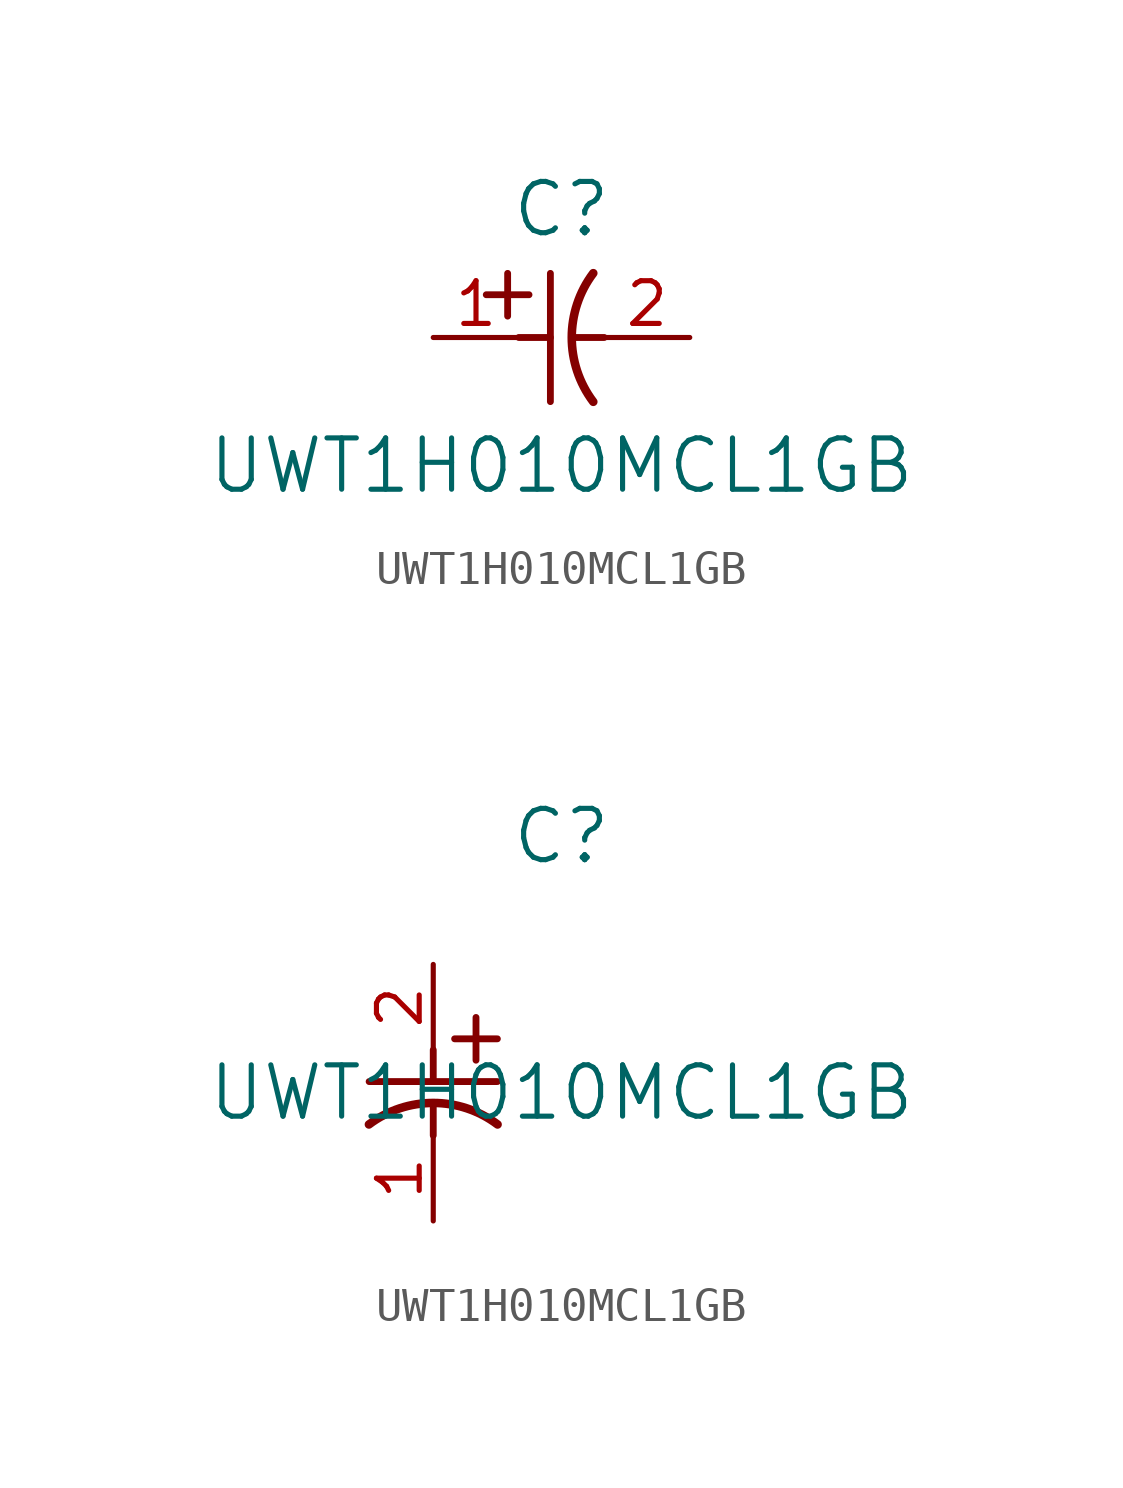
<source format=kicad_sym>
(kicad_symbol_lib
  (version 20211014)
  (generator kicad_symbol_editor)
  (symbol "UWT1H010MCL1GB"
    (pin_names
      (offset 0.254))
    (property "Reference" "C"
      (at 3.81 3.81 0)
      (effects (font (size 1.524 1.524))))
    (property "Value" "UWT1H010MCL1GB"
      (at 3.81 -3.81 0)
      (effects (font (size 1.524 1.524))))
    (symbol "UWT1H010MCL1GB_1_1"
      (polyline (pts (xy 2.21 0.635) (xy 2.21 1.905)) (stroke (width 0.203) (type default) (color 0 0 0 0)) (fill (type none)))
      (arc (start 4.754132 1.910763) (mid 4.1148 0) (end 4.754132 -1.910763) (stroke (width 0.254) (type default) (color 0 0 0 0)) (fill (type none)))
      (polyline (pts (xy 4.115 0) (xy 5.08 0)) (stroke (width 0.203) (type default) (color 0 0 0 0)) (fill (type none)))
      (polyline (pts (xy 3.48 -1.905) (xy 3.48 1.905)) (stroke (width 0.203) (type default) (color 0 0 0 0)) (fill (type none)))
      (polyline (pts (xy 1.575 1.27) (xy 2.845 1.27)) (stroke (width 0.203) (type default) (color 0 0 0 0)) (fill (type none)))
      (polyline (pts (xy 2.54 0) (xy 3.48 0)) (stroke (width 0.203) (type default) (color 0 0 0 0)) (fill (type none)))
      (pin unspecified line (at 0 0 0) (length 2.54) (name "" (effects (font (size 1.27 1.27)))) (number "1" (effects (font (size 1.27 1.27)))))
      (pin unspecified line (at 7.62 0 180) (length 2.54) (name "" (effects (font (size 1.27 1.27)))) (number "2" (effects (font (size 1.27 1.27))))))
    (symbol "UWT1H010MCL1GB_1_2"
      (polyline (pts (xy 0 -2.54) (xy 0 -3.48)) (stroke (width 0.203) (type default) (color 0 0 0 0)) (fill (type none)))
      (arc (start 1.910763 -4.754132) (mid 0 -4.1148) (end -1.910763 -4.754132) (stroke (width 0.254) (type default) (color 0 0 0 0)) (fill (type none)))
      (polyline (pts (xy -1.905 -3.48) (xy 1.905 -3.48)) (stroke (width 0.203) (type default) (color 0 0 0 0)) (fill (type none)))
      (polyline (pts (xy 0.635 -2.21) (xy 1.905 -2.21)) (stroke (width 0.203) (type default) (color 0 0 0 0)) (fill (type none)))
      (polyline (pts (xy 1.27 -1.575) (xy 1.27 -2.845)) (stroke (width 0.203) (type default) (color 0 0 0 0)) (fill (type none)))
      (polyline (pts (xy 0 -4.115) (xy 0 -5.08)) (stroke (width 0.203) (type default) (color 0 0 0 0)) (fill (type none)))
      (pin unspecified line (at 0 -7.62 90) (length 2.54) (name "" (effects (font (size 1.27 1.27)))) (number "1" (effects (font (size 1.27 1.27)))))
      (pin unspecified line (at 0 0 270) (length 2.54) (name "" (effects (font (size 1.27 1.27)))) (number "2" (effects (font (size 1.27 1.27))))))))
</source>
